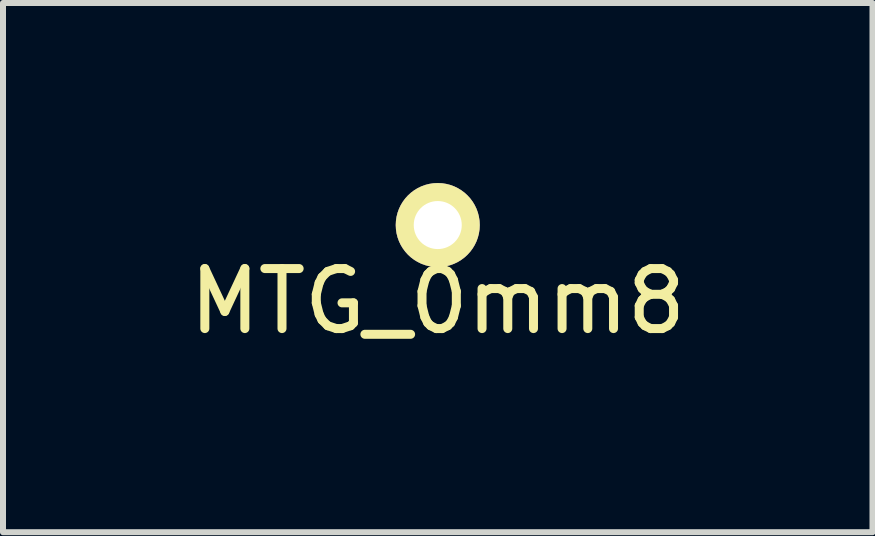
<source format=kicad_pcb>
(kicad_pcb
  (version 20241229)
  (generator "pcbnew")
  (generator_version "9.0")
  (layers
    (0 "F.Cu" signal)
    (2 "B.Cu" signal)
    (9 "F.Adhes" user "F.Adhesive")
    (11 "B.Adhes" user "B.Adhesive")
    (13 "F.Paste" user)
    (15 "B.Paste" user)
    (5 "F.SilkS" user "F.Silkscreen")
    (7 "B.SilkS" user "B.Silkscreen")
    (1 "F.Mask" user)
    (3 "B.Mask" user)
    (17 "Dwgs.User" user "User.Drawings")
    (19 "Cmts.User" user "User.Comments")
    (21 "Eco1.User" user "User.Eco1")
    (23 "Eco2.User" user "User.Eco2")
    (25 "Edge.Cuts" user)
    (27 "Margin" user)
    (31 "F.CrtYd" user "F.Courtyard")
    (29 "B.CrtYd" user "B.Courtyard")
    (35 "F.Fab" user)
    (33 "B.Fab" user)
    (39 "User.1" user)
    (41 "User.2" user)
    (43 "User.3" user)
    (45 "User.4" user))
  (footprint "MTG_0mm8"
    (layer "F.Cu")
    (at 4.244 0.7)
    (property "Reference" "MTG_0mm8" (at 0 1.27 0) (layer "F.SilkS") (effects (font (size 1 1) (thickness 0.15))))
    (attr through_hole)
    (pad "1" thru_hole circle (at 0 0) (size 1.4 1.4) (drill 0.8) (layers "*.Cu" "*.Mask" "F.SilkS")))
  (gr_rect
    (start -3 -3)
    (end 11.488 5.818)
    (stroke (width 0.1) (type default))
    (fill no)
    (layer "Edge.Cuts")))
</source>
